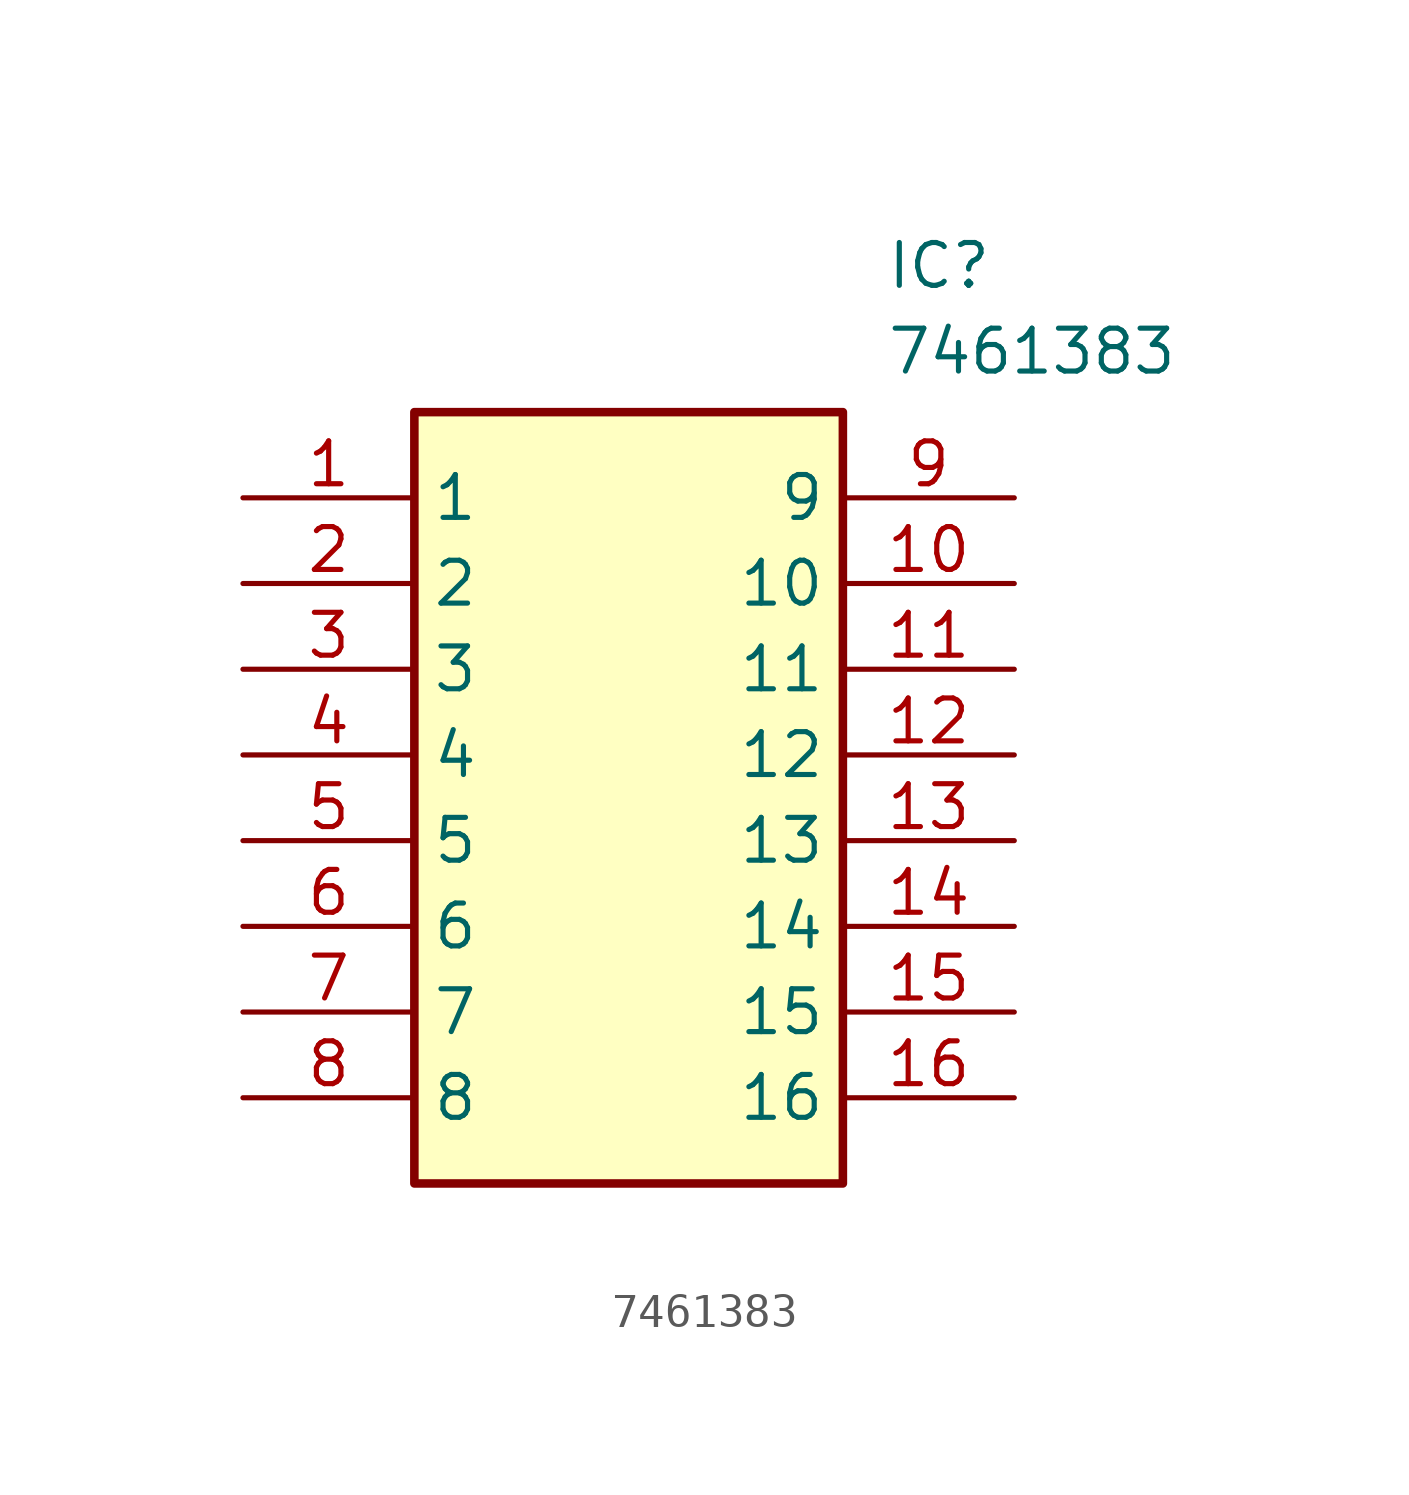
<source format=kicad_sym>
(kicad_symbol_lib
  (version 20241209)
  (generator "kicad_symbol_editor")
  (generator_version "9.0")
  (symbol "7461383"
    (property "Reference" "IC"
      (at 19.05 7.62 0)
      (effects (font (size 1.27 1.27)) (justify left top)))
    (property "Value" "7461383"
      (at 19.05 5.08 0)
      (effects (font (size 1.27 1.27)) (justify left top)))
    (symbol "7461383_1_1"
      (rectangle (start 5.08 2.54) (end 17.78 -20.32) (stroke (width 0.254) (type default)) (fill (type background)))
      (pin passive line (at 0 0 0) (length 5.08) (name "1" (effects (font (size 1.27 1.27)))) (number "1" (effects (font (size 1.27 1.27)))))
      (pin passive line (at 0 -2.54 0) (length 5.08) (name "2" (effects (font (size 1.27 1.27)))) (number "2" (effects (font (size 1.27 1.27)))))
      (pin passive line (at 0 -5.08 0) (length 5.08) (name "3" (effects (font (size 1.27 1.27)))) (number "3" (effects (font (size 1.27 1.27)))))
      (pin passive line (at 0 -7.62 0) (length 5.08) (name "4" (effects (font (size 1.27 1.27)))) (number "4" (effects (font (size 1.27 1.27)))))
      (pin passive line (at 0 -10.16 0) (length 5.08) (name "5" (effects (font (size 1.27 1.27)))) (number "5" (effects (font (size 1.27 1.27)))))
      (pin passive line (at 0 -12.7 0) (length 5.08) (name "6" (effects (font (size 1.27 1.27)))) (number "6" (effects (font (size 1.27 1.27)))))
      (pin passive line (at 0 -15.24 0) (length 5.08) (name "7" (effects (font (size 1.27 1.27)))) (number "7" (effects (font (size 1.27 1.27)))))
      (pin passive line (at 0 -17.78 0) (length 5.08) (name "8" (effects (font (size 1.27 1.27)))) (number "8" (effects (font (size 1.27 1.27)))))
      (pin passive line (at 22.86 0 180) (length 5.08) (name "9" (effects (font (size 1.27 1.27)))) (number "9" (effects (font (size 1.27 1.27)))))
      (pin passive line (at 22.86 -2.54 180) (length 5.08) (name "10" (effects (font (size 1.27 1.27)))) (number "10" (effects (font (size 1.27 1.27)))))
      (pin passive line (at 22.86 -5.08 180) (length 5.08) (name "11" (effects (font (size 1.27 1.27)))) (number "11" (effects (font (size 1.27 1.27)))))
      (pin passive line (at 22.86 -7.62 180) (length 5.08) (name "12" (effects (font (size 1.27 1.27)))) (number "12" (effects (font (size 1.27 1.27)))))
      (pin passive line (at 22.86 -10.16 180) (length 5.08) (name "13" (effects (font (size 1.27 1.27)))) (number "13" (effects (font (size 1.27 1.27)))))
      (pin passive line (at 22.86 -12.7 180) (length 5.08) (name "14" (effects (font (size 1.27 1.27)))) (number "14" (effects (font (size 1.27 1.27)))))
      (pin passive line (at 22.86 -15.24 180) (length 5.08) (name "15" (effects (font (size 1.27 1.27)))) (number "15" (effects (font (size 1.27 1.27)))))
      (pin passive line (at 22.86 -17.78 180) (length 5.08) (name "16" (effects (font (size 1.27 1.27)))) (number "16" (effects (font (size 1.27 1.27))))))))
</source>
